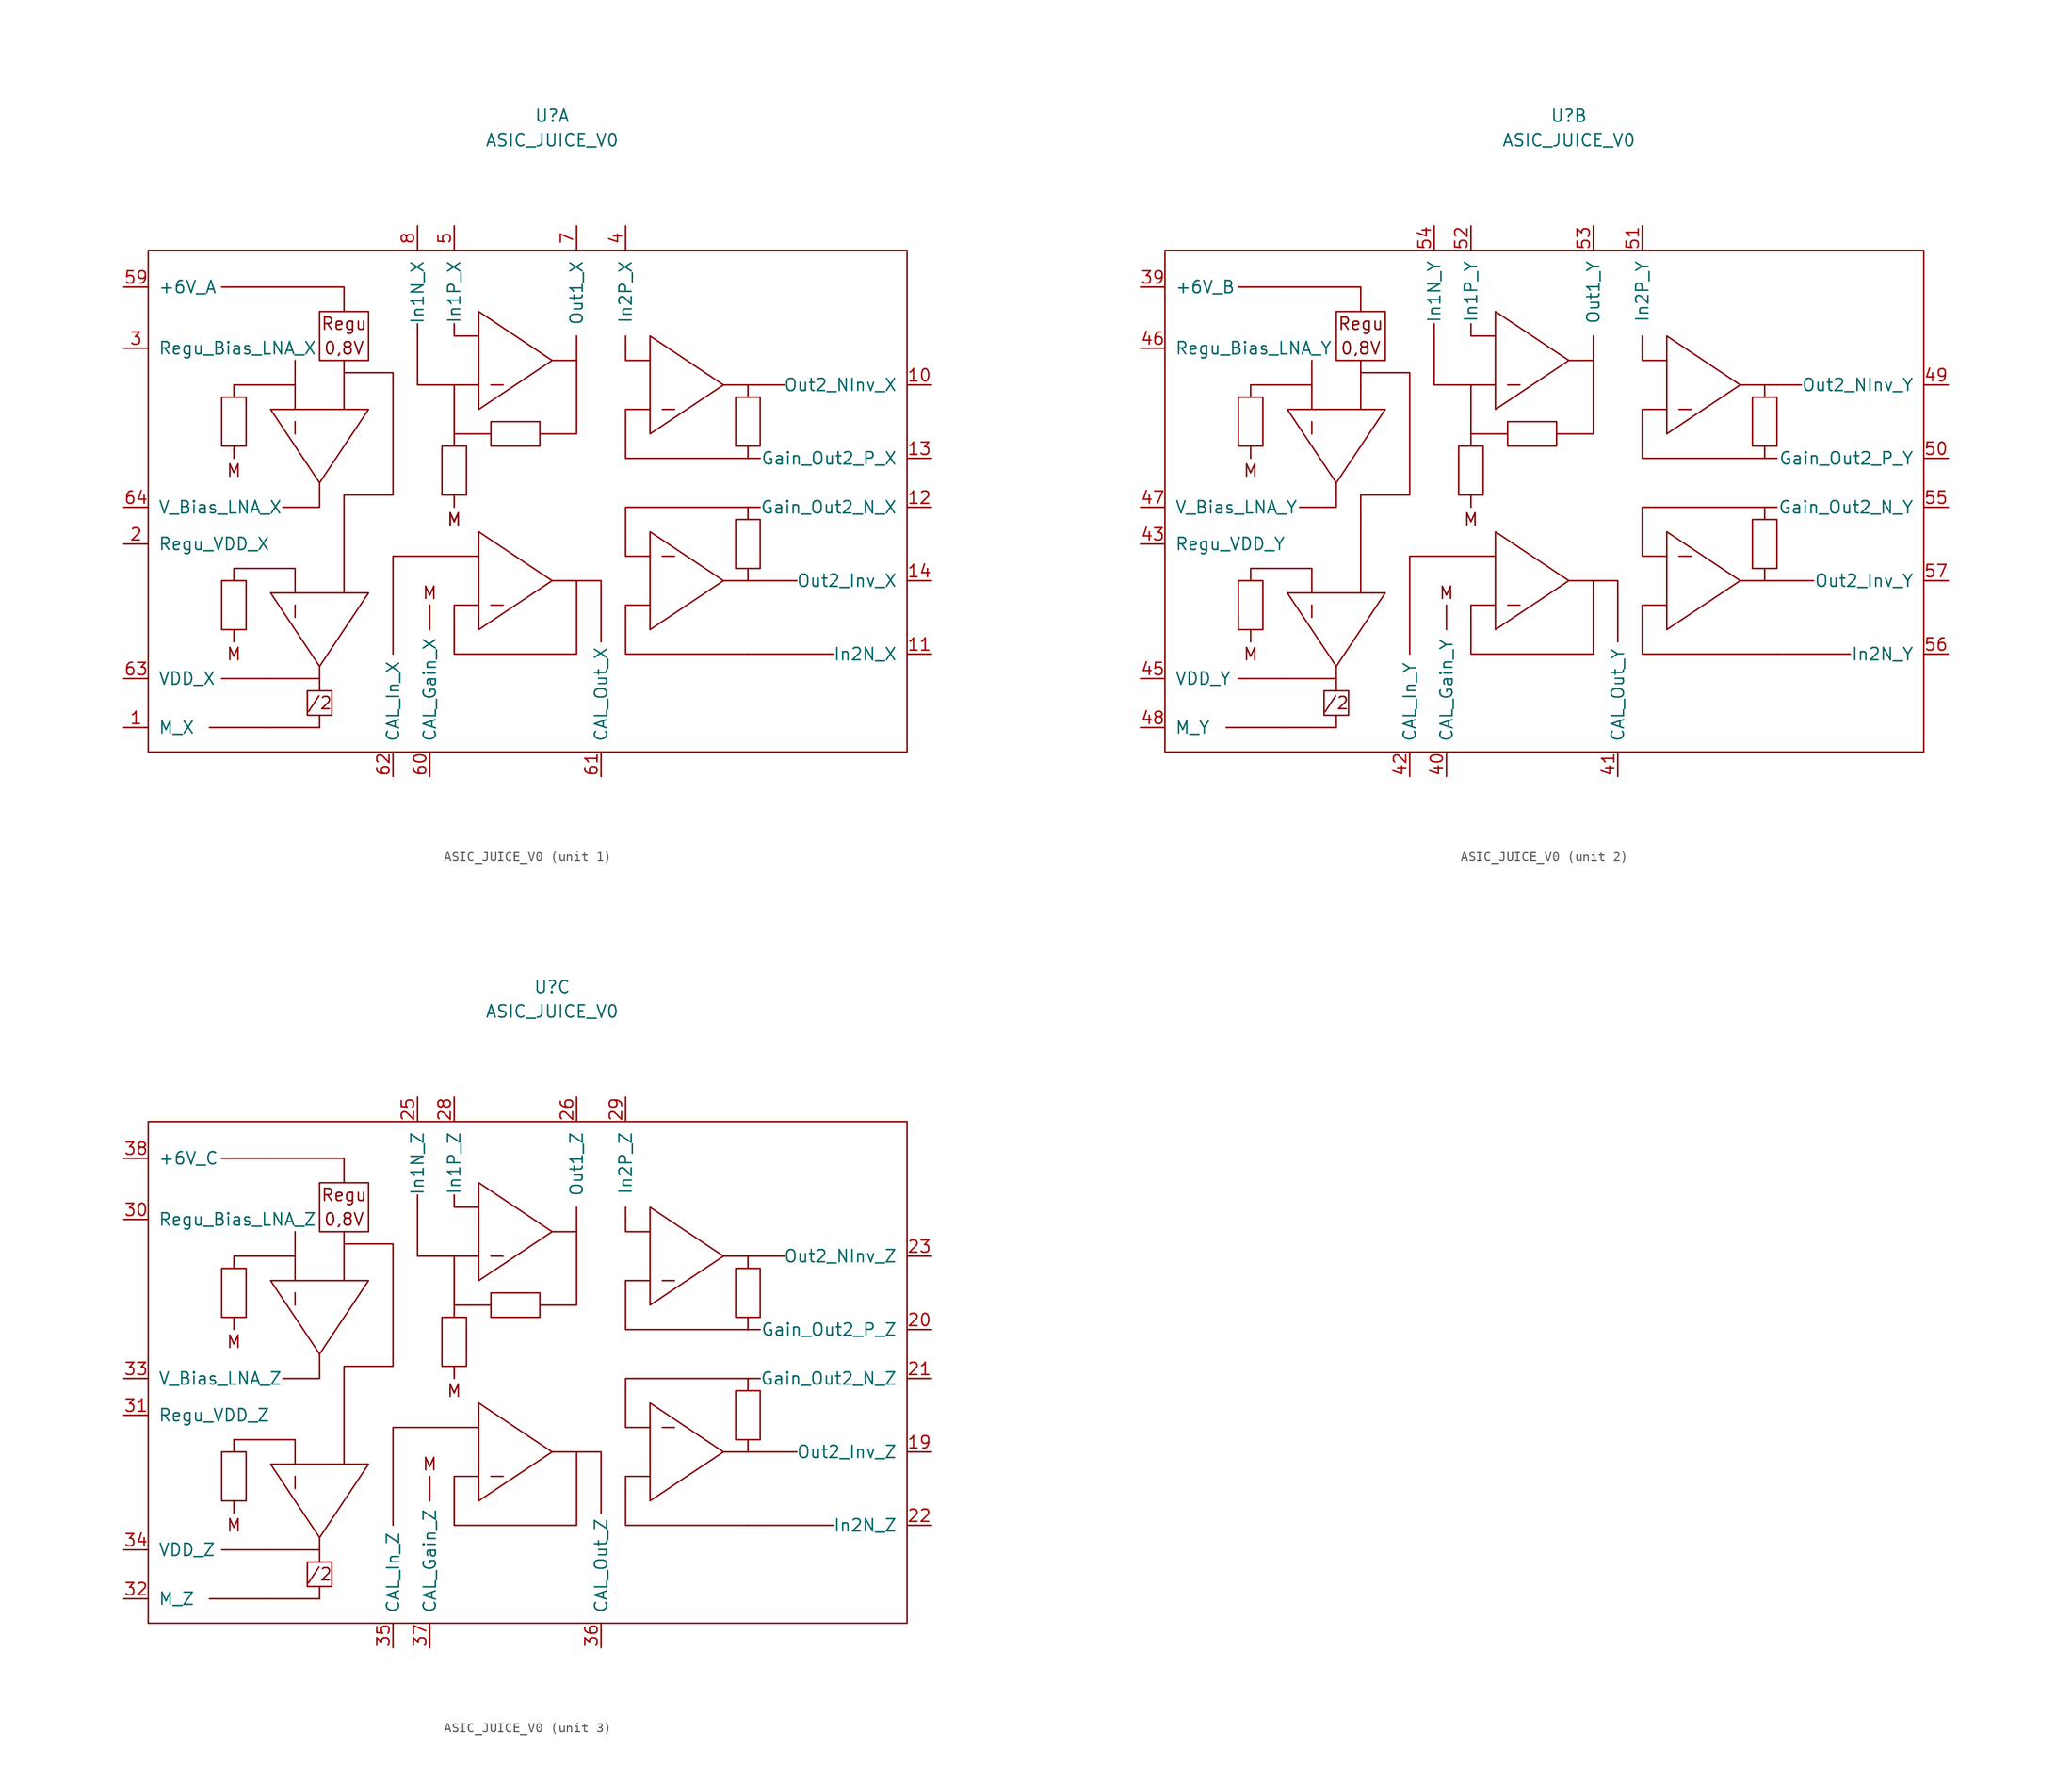
<source format=kicad_sym>
(kicad_symbol_lib
  (version 20211014)
  (generator kicad_symbol_editor)
  (symbol "ASIC_JUICE_V0"
    (pin_names
      (offset 1.016))
    (property "Reference" "U"
      (at 1.27 39.37 0)
      (effects (font (size 1.27 1.27))))
    (property "Value" "ASIC_JUICE_V0"
      (at 1.27 36.83 0)
      (effects (font (size 1.27 1.27))))
    (symbol "ASIC_JUICE_V0_0_0"
      (rectangle (start -40.64 25.4) (end 38.1 -26.67) (stroke (width 0) (type default) (color 0 0 0 0)) (fill (type none)))
      (rectangle (start -33.02 -8.89) (end -30.48 -13.97) (stroke (width 0) (type default) (color 0 0 0 0)) (fill (type none)))
      (rectangle (start -30.48 5.08) (end -33.02 10.16) (stroke (width 0) (type default) (color 0 0 0 0)) (fill (type none)))
      (rectangle (start -24.13 -20.32) (end -21.59 -22.86) (stroke (width 0) (type default) (color 0 0 0 0)) (fill (type none)))
      (rectangle (start -22.86 -22.86) (end -22.86 -24.13) (stroke (width 0) (type default) (color 0 0 0 0)) (fill (type none)))
      (rectangle (start -22.86 19.05) (end -17.78 13.97) (stroke (width 0) (type default) (color 0 0 0 0)) (fill (type none)))
      (rectangle (start -7.62 0) (end -10.16 5.08) (stroke (width 0) (type default) (color 0 0 0 0)) (fill (type none)))
      (rectangle (start -5.08 5.08) (end 0 7.62) (stroke (width 0) (type default) (color 0 0 0 0)) (fill (type none)))
      (polyline (pts (xy -31.75 -13.97) (xy -31.75 -15.24)) (stroke (width 0) (type default) (color 0 0 0 0)) (fill (type none)))
      (polyline (pts (xy -31.75 5.08) (xy -31.75 3.81)) (stroke (width 0) (type default) (color 0 0 0 0)) (fill (type none)))
      (polyline (pts (xy -27.94 -24.13) (xy -34.29 -24.13)) (stroke (width 0) (type default) (color 0 0 0 0)) (fill (type none)))
      (polyline (pts (xy -27.94 -19.05) (xy -33.02 -19.05)) (stroke (width 0) (type default) (color 0 0 0 0)) (fill (type none)))
      (polyline (pts (xy -27.94 21.59) (xy -33.02 21.59)) (stroke (width 0) (type default) (color 0 0 0 0)) (fill (type none)))
      (polyline (pts (xy -25.4 -11.43) (xy -25.4 -12.7)) (stroke (width 0) (type default) (color 0 0 0 0)) (fill (type none)))
      (polyline (pts (xy -25.4 7.62) (xy -25.4 6.35)) (stroke (width 0) (type default) (color 0 0 0 0)) (fill (type none)))
      (polyline (pts (xy -25.4 11.43) (xy -25.4 8.89)) (stroke (width 0) (type default) (color 0 0 0 0)) (fill (type none)))
      (polyline (pts (xy -25.4 11.43) (xy -25.4 13.97)) (stroke (width 0) (type default) (color 0 0 0 0)) (fill (type none)))
      (polyline (pts (xy -22.86 -24.13) (xy -27.94 -24.13)) (stroke (width 0) (type default) (color 0 0 0 0)) (fill (type none)))
      (polyline (pts (xy -22.86 -19.05) (xy -22.86 -20.32)) (stroke (width 0) (type default) (color 0 0 0 0)) (fill (type none)))
      (polyline (pts (xy -22.86 1.27) (xy -22.86 0)) (stroke (width 0) (type default) (color 0 0 0 0)) (fill (type none)))
      (polyline (pts (xy -20.32 -2.54) (xy -20.32 -10.16)) (stroke (width 0) (type default) (color 0 0 0 0)) (fill (type none)))
      (polyline (pts (xy -20.32 11.43) (xy -20.32 8.89)) (stroke (width 0) (type default) (color 0 0 0 0)) (fill (type none)))
      (polyline (pts (xy -20.32 13.97) (xy -20.32 11.43)) (stroke (width 0) (type default) (color 0 0 0 0)) (fill (type none)))
      (polyline (pts (xy -11.43 -13.97) (xy -11.43 -11.43)) (stroke (width 0) (type default) (color 0 0 0 0)) (fill (type none)))
      (polyline (pts (xy -8.89 -1.27) (xy -8.89 0)) (stroke (width 0) (type default) (color 0 0 0 0)) (fill (type none)))
      (polyline (pts (xy -8.89 5.08) (xy -8.89 6.35)) (stroke (width 0) (type default) (color 0 0 0 0)) (fill (type none)))
      (polyline (pts (xy -5.08 -11.43) (xy -3.81 -11.43)) (stroke (width 0) (type default) (color 0 0 0 0)) (fill (type none)))
      (polyline (pts (xy -5.08 11.43) (xy -3.81 11.43)) (stroke (width 0) (type default) (color 0 0 0 0)) (fill (type none)))
      (polyline (pts (xy 3.81 13.97) (xy 3.81 16.51)) (stroke (width 0) (type default) (color 0 0 0 0)) (fill (type none)))
      (polyline (pts (xy 8.89 16.51) (xy 8.89 15.24)) (stroke (width 0) (type default) (color 0 0 0 0)) (fill (type none)))
      (polyline (pts (xy 12.7 -6.35) (xy 13.97 -6.35)) (stroke (width 0) (type default) (color 0 0 0 0)) (fill (type none)))
      (polyline (pts (xy 12.7 8.89) (xy 13.97 8.89)) (stroke (width 0) (type default) (color 0 0 0 0)) (fill (type none)))
      (polyline (pts (xy 19.05 -8.89) (xy 21.59 -8.89)) (stroke (width 0) (type default) (color 0 0 0 0)) (fill (type none)))
      (polyline (pts (xy 19.05 11.43) (xy 21.59 11.43)) (stroke (width 0) (type default) (color 0 0 0 0)) (fill (type none)))
      (polyline (pts (xy 21.59 -16.51) (xy 22.86 -16.51)) (stroke (width 0) (type default) (color 0 0 0 0)) (fill (type none)))
      (polyline (pts (xy 21.59 -8.89) (xy 22.86 -8.89)) (stroke (width 0) (type default) (color 0 0 0 0)) (fill (type none)))
      (polyline (pts (xy 21.59 -7.62) (xy 21.59 -8.89)) (stroke (width 0) (type default) (color 0 0 0 0)) (fill (type none)))
      (polyline (pts (xy 21.59 -1.27) (xy 21.59 -2.54)) (stroke (width 0) (type default) (color 0 0 0 0)) (fill (type none)))
      (polyline (pts (xy 21.59 -1.27) (xy 22.86 -1.27)) (stroke (width 0) (type default) (color 0 0 0 0)) (fill (type none)))
      (polyline (pts (xy 21.59 3.81) (xy 22.86 3.81)) (stroke (width 0) (type default) (color 0 0 0 0)) (fill (type none)))
      (polyline (pts (xy 21.59 5.08) (xy 21.59 3.81)) (stroke (width 0) (type default) (color 0 0 0 0)) (fill (type none)))
      (polyline (pts (xy 21.59 11.43) (xy 21.59 10.16)) (stroke (width 0) (type default) (color 0 0 0 0)) (fill (type none)))
      (polyline (pts (xy 21.59 11.43) (xy 22.86 11.43)) (stroke (width 0) (type default) (color 0 0 0 0)) (fill (type none)))
      (polyline (pts (xy 22.86 -16.51) (xy 30.48 -16.51)) (stroke (width 0) (type default) (color 0 0 0 0)) (fill (type none)))
      (polyline (pts (xy 22.86 -8.89) (xy 26.67 -8.89)) (stroke (width 0) (type default) (color 0 0 0 0)) (fill (type none)))
      (polyline (pts (xy 22.86 11.43) (xy 25.4 11.43)) (stroke (width 0) (type default) (color 0 0 0 0)) (fill (type none)))
      (polyline (pts (xy -25.4 11.43) (xy -31.75 11.43) (xy -31.75 10.16)) (stroke (width 0) (type default) (color 0 0 0 0)) (fill (type none)))
      (polyline (pts (xy -22.86 -17.78) (xy -22.86 -19.05) (xy -27.94 -19.05)) (stroke (width 0) (type default) (color 0 0 0 0)) (fill (type none)))
      (polyline (pts (xy -22.86 0) (xy -22.86 -1.27) (xy -26.67 -1.27)) (stroke (width 0) (type default) (color 0 0 0 0)) (fill (type none)))
      (polyline (pts (xy -20.32 19.05) (xy -20.32 21.59) (xy -27.94 21.59)) (stroke (width 0) (type default) (color 0 0 0 0)) (fill (type none)))
      (polyline (pts (xy -8.89 11.43) (xy -12.7 11.43) (xy -12.7 17.78)) (stroke (width 0) (type default) (color 0 0 0 0)) (fill (type none)))
      (polyline (pts (xy -6.35 -6.35) (xy -15.24 -6.35) (xy -15.24 -16.51)) (stroke (width 0) (type default) (color 0 0 0 0)) (fill (type none)))
      (polyline (pts (xy -6.35 16.51) (xy -8.89 16.51) (xy -8.89 17.78)) (stroke (width 0) (type default) (color 0 0 0 0)) (fill (type none)))
      (polyline (pts (xy 3.81 -8.89) (xy 6.35 -8.89) (xy 6.35 -15.24)) (stroke (width 0) (type default) (color 0 0 0 0)) (fill (type none)))
      (polyline (pts (xy 11.43 13.97) (xy 8.89 13.97) (xy 8.89 15.24)) (stroke (width 0) (type default) (color 0 0 0 0)) (fill (type none)))
      (polyline (pts (xy -31.75 -8.89) (xy -31.75 -7.62) (xy -25.4 -7.62) (xy -25.4 -10.16)) (stroke (width 0) (type default) (color 0 0 0 0)) (fill (type none)))
      (polyline (pts (xy -27.94 -10.16) (xy -17.78 -10.16) (xy -22.86 -17.78) (xy -27.94 -10.16)) (stroke (width 0) (type default) (color 0 0 0 0)) (fill (type none)))
      (polyline (pts (xy -27.94 8.89) (xy -17.78 8.89) (xy -22.86 1.27) (xy -27.94 8.89)) (stroke (width 0) (type default) (color 0 0 0 0)) (fill (type none)))
      (polyline (pts (xy -6.35 -3.81) (xy 1.27 -8.89) (xy -6.35 -13.97) (xy -6.35 -3.81)) (stroke (width 0) (type default) (color 0 0 0 0)) (fill (type none)))
      (polyline (pts (xy -6.35 11.43) (xy -8.89 11.43) (xy -8.89 6.35) (xy -5.08 6.35)) (stroke (width 0) (type default) (color 0 0 0 0)) (fill (type none)))
      (polyline (pts (xy 0 6.35) (xy 3.81 6.35) (xy 3.81 13.97) (xy 1.27 13.97)) (stroke (width 0) (type default) (color 0 0 0 0)) (fill (type none)))
      (polyline (pts (xy 1.27 13.97) (xy -6.35 19.05) (xy -6.35 8.89) (xy 1.27 13.97)) (stroke (width 0) (type default) (color 0 0 0 0)) (fill (type none)))
      (polyline (pts (xy 11.43 -11.43) (xy 8.89 -11.43) (xy 8.89 -16.51) (xy 21.59 -16.51)) (stroke (width 0) (type default) (color 0 0 0 0)) (fill (type none)))
      (polyline (pts (xy 11.43 -6.35) (xy 8.89 -6.35) (xy 8.89 -1.27) (xy 21.59 -1.27)) (stroke (width 0) (type default) (color 0 0 0 0)) (fill (type none)))
      (polyline (pts (xy 11.43 8.89) (xy 8.89 8.89) (xy 8.89 3.81) (xy 21.59 3.81)) (stroke (width 0) (type default) (color 0 0 0 0)) (fill (type none)))
      (polyline (pts (xy 11.43 16.51) (xy 11.43 6.35) (xy 19.05 11.43) (xy 11.43 16.51)) (stroke (width 0) (type default) (color 0 0 0 0)) (fill (type none)))
      (polyline (pts (xy -20.32 12.7) (xy -15.24 12.7) (xy -15.24 0) (xy -20.32 0) (xy -20.32 -2.54)) (stroke (width 0) (type default) (color 0 0 0 0)) (fill (type none)))
      (polyline (pts (xy 11.43 -3.81) (xy 11.43 -11.43) (xy 11.43 -13.97) (xy 19.05 -8.89) (xy 11.43 -3.81)) (stroke (width 0) (type default) (color 0 0 0 0)) (fill (type none)))
      (polyline (pts (xy -6.35 -11.43) (xy -8.89 -11.43) (xy -8.89 -16.51) (xy 3.81 -16.51) (xy 3.81 -8.89) (xy 1.27 -8.89)) (stroke (width 0) (type default) (color 0 0 0 0)) (fill (type none)))
      (rectangle (start 20.32 -2.54) (end 22.86 -7.62) (stroke (width 0) (type default) (color 0 0 0 0)) (fill (type none)))
      (rectangle (start 20.32 10.16) (end 22.86 5.08) (stroke (width 0) (type default) (color 0 0 0 0)) (fill (type none)))
      (text "/2" (at -22.86 -21.59 0) (effects (font (size 1.27 1.27))))
      (text "0,8V" (at -20.32 15.24 0) (effects (font (size 1.27 1.27))))
      (text "M" (at -31.75 -16.51 0) (effects (font (size 1.27 1.27))))
      (text "M" (at -31.75 2.54 0) (effects (font (size 1.27 1.27))))
      (text "M" (at -11.43 -10.16 0) (effects (font (size 1.27 1.27))))
      (text "M" (at -8.89 -2.54 0) (effects (font (size 1.27 1.27))))
      (text "Regu" (at -20.32 17.78 0) (effects (font (size 1.27 1.27)))))
    (symbol "ASIC_JUICE_V0_1_1"
      (text "M" (at -8.89 -2.54 0) (effects (font (size 1.27 1.27))))
      (pin output line (at -43.18 -24.13 0) (length 2.54) (name "M_X" (effects (font (size 1.27 1.27)))) (number "1" (effects (font (size 1.27 1.27)))))
      (pin output line (at 40.64 11.43 180) (length 2.54) (name "Out2_NInv_X" (effects (font (size 1.27 1.27)))) (number "10" (effects (font (size 1.27 1.27)))))
      (pin input line (at 40.64 -16.51 180) (length 2.54) (name "In2N_X" (effects (font (size 1.27 1.27)))) (number "11" (effects (font (size 1.27 1.27)))))
      (pin passive line (at 40.64 -1.27 180) (length 2.54) (name "Gain_Out2_N_X" (effects (font (size 1.27 1.27)))) (number "12" (effects (font (size 1.27 1.27)))))
      (pin passive line (at 40.64 3.81 180) (length 2.54) (name "Gain_Out2_P_X" (effects (font (size 1.27 1.27)))) (number "13" (effects (font (size 1.27 1.27)))))
      (pin output line (at 40.64 -8.89 180) (length 2.54) (name "Out2_Inv_X" (effects (font (size 1.27 1.27)))) (number "14" (effects (font (size 1.27 1.27)))))
      (pin passive line (at -43.18 -5.08 0) (length 2.54) (name "Regu_VDD_X" (effects (font (size 1.27 1.27)))) (number "2" (effects (font (size 1.27 1.27)))))
      (pin passive line (at -43.18 15.24 0) (length 2.54) (name "Regu_Bias_LNA_X" (effects (font (size 1.27 1.27)))) (number "3" (effects (font (size 1.27 1.27)))))
      (pin input line (at 8.89 27.94 270) (length 2.54) (name "In2P_X" (effects (font (size 1.27 1.27)))) (number "4" (effects (font (size 1.27 1.27)))))
      (pin input line (at -8.89 27.94 270) (length 2.54) (name "In1P_X" (effects (font (size 1.27 1.27)))) (number "5" (effects (font (size 1.27 1.27)))))
      (pin power_in line (at -43.18 21.59 0) (length 2.54) (name "+6V_A" (effects (font (size 1.27 1.27)))) (number "59" (effects (font (size 1.27 1.27)))))
      (pin passive line (at -11.43 -29.21 90) (length 2.54) (name "CAL_Gain_X" (effects (font (size 1.27 1.27)))) (number "60" (effects (font (size 1.27 1.27)))))
      (pin output line (at 6.35 -29.21 90) (length 2.54) (name "CAL_Out_X" (effects (font (size 1.27 1.27)))) (number "61" (effects (font (size 1.27 1.27)))))
      (pin input line (at -15.24 -29.21 90) (length 2.54) (name "CAL_In_X" (effects (font (size 1.27 1.27)))) (number "62" (effects (font (size 1.27 1.27)))))
      (pin output line (at -43.18 -19.05 0) (length 2.54) (name "VDD_X" (effects (font (size 1.27 1.27)))) (number "63" (effects (font (size 1.27 1.27)))))
      (pin output line (at -43.18 -1.27 0) (length 2.54) (name "V_Bias_LNA_X" (effects (font (size 1.27 1.27)))) (number "64" (effects (font (size 1.27 1.27)))))
      (pin output line (at 3.81 27.94 270) (length 2.54) (name "Out1_X" (effects (font (size 1.27 1.27)))) (number "7" (effects (font (size 1.27 1.27)))))
      (pin input line (at -12.7 27.94 270) (length 2.54) (name "In1N_X" (effects (font (size 1.27 1.27)))) (number "8" (effects (font (size 1.27 1.27))))))
    (symbol "ASIC_JUICE_V0_2_1"
      (pin power_in line (at -43.18 21.59 0) (length 2.54) (name "+6V_B" (effects (font (size 1.27 1.27)))) (number "39" (effects (font (size 1.27 1.27)))))
      (pin passive line (at -11.43 -29.21 90) (length 2.54) (name "CAL_Gain_Y" (effects (font (size 1.27 1.27)))) (number "40" (effects (font (size 1.27 1.27)))))
      (pin output line (at 6.35 -29.21 90) (length 2.54) (name "CAL_Out_Y" (effects (font (size 1.27 1.27)))) (number "41" (effects (font (size 1.27 1.27)))))
      (pin input line (at -15.24 -29.21 90) (length 2.54) (name "CAL_In_Y" (effects (font (size 1.27 1.27)))) (number "42" (effects (font (size 1.27 1.27)))))
      (pin passive line (at -43.18 -5.08 0) (length 2.54) (name "Regu_VDD_Y" (effects (font (size 1.27 1.27)))) (number "43" (effects (font (size 1.27 1.27)))))
      (pin output line (at -43.18 -19.05 0) (length 2.54) (name "VDD_Y" (effects (font (size 1.27 1.27)))) (number "45" (effects (font (size 1.27 1.27)))))
      (pin passive line (at -43.18 15.24 0) (length 2.54) (name "Regu_Bias_LNA_Y" (effects (font (size 1.27 1.27)))) (number "46" (effects (font (size 1.27 1.27)))))
      (pin output line (at -43.18 -1.27 0) (length 2.54) (name "V_Bias_LNA_Y" (effects (font (size 1.27 1.27)))) (number "47" (effects (font (size 1.27 1.27)))))
      (pin output line (at -43.18 -24.13 0) (length 2.54) (name "M_Y" (effects (font (size 1.27 1.27)))) (number "48" (effects (font (size 1.27 1.27)))))
      (pin output line (at 40.64 11.43 180) (length 2.54) (name "Out2_NInv_Y" (effects (font (size 1.27 1.27)))) (number "49" (effects (font (size 1.27 1.27)))))
      (pin passive line (at 40.64 3.81 180) (length 2.54) (name "Gain_Out2_P_Y" (effects (font (size 1.27 1.27)))) (number "50" (effects (font (size 1.27 1.27)))))
      (pin input line (at 8.89 27.94 270) (length 2.54) (name "In2P_Y" (effects (font (size 1.27 1.27)))) (number "51" (effects (font (size 1.27 1.27)))))
      (pin input line (at -8.89 27.94 270) (length 2.54) (name "In1P_Y" (effects (font (size 1.27 1.27)))) (number "52" (effects (font (size 1.27 1.27)))))
      (pin output line (at 3.81 27.94 270) (length 2.54) (name "Out1_Y" (effects (font (size 1.27 1.27)))) (number "53" (effects (font (size 1.27 1.27)))))
      (pin input line (at -12.7 27.94 270) (length 2.54) (name "In1N_Y" (effects (font (size 1.27 1.27)))) (number "54" (effects (font (size 1.27 1.27)))))
      (pin passive line (at 40.64 -1.27 180) (length 2.54) (name "Gain_Out2_N_Y" (effects (font (size 1.27 1.27)))) (number "55" (effects (font (size 1.27 1.27)))))
      (pin input line (at 40.64 -16.51 180) (length 2.54) (name "In2N_Y" (effects (font (size 1.27 1.27)))) (number "56" (effects (font (size 1.27 1.27)))))
      (pin output line (at 40.64 -8.89 180) (length 2.54) (name "Out2_Inv_Y" (effects (font (size 1.27 1.27)))) (number "57" (effects (font (size 1.27 1.27))))))
    (symbol "ASIC_JUICE_V0_3_1"
      (pin output line (at 40.64 -8.89 180) (length 2.54) (name "Out2_Inv_Z" (effects (font (size 1.27 1.27)))) (number "19" (effects (font (size 1.27 1.27)))))
      (pin passive line (at 40.64 3.81 180) (length 2.54) (name "Gain_Out2_P_Z" (effects (font (size 1.27 1.27)))) (number "20" (effects (font (size 1.27 1.27)))))
      (pin passive line (at 40.64 -1.27 180) (length 2.54) (name "Gain_Out2_N_Z" (effects (font (size 1.27 1.27)))) (number "21" (effects (font (size 1.27 1.27)))))
      (pin input line (at 40.64 -16.51 180) (length 2.54) (name "In2N_Z" (effects (font (size 1.27 1.27)))) (number "22" (effects (font (size 1.27 1.27)))))
      (pin output line (at 40.64 11.43 180) (length 2.54) (name "Out2_NInv_Z" (effects (font (size 1.27 1.27)))) (number "23" (effects (font (size 1.27 1.27)))))
      (pin input line (at -12.7 27.94 270) (length 2.54) (name "In1N_Z" (effects (font (size 1.27 1.27)))) (number "25" (effects (font (size 1.27 1.27)))))
      (pin output line (at 3.81 27.94 270) (length 2.54) (name "Out1_Z" (effects (font (size 1.27 1.27)))) (number "26" (effects (font (size 1.27 1.27)))))
      (pin input line (at -8.89 27.94 270) (length 2.54) (name "In1P_Z" (effects (font (size 1.27 1.27)))) (number "28" (effects (font (size 1.27 1.27)))))
      (pin input line (at 8.89 27.94 270) (length 2.54) (name "In2P_Z" (effects (font (size 1.27 1.27)))) (number "29" (effects (font (size 1.27 1.27)))))
      (pin passive line (at -43.18 15.24 0) (length 2.54) (name "Regu_Bias_LNA_Z" (effects (font (size 1.27 1.27)))) (number "30" (effects (font (size 1.27 1.27)))))
      (pin passive line (at -43.18 -5.08 0) (length 2.54) (name "Regu_VDD_Z" (effects (font (size 1.27 1.27)))) (number "31" (effects (font (size 1.27 1.27)))))
      (pin output line (at -43.18 -24.13 0) (length 2.54) (name "M_Z" (effects (font (size 1.27 1.27)))) (number "32" (effects (font (size 1.27 1.27)))))
      (pin output line (at -43.18 -1.27 0) (length 2.54) (name "V_Bias_LNA_Z" (effects (font (size 1.27 1.27)))) (number "33" (effects (font (size 1.27 1.27)))))
      (pin output line (at -43.18 -19.05 0) (length 2.54) (name "VDD_Z" (effects (font (size 1.27 1.27)))) (number "34" (effects (font (size 1.27 1.27)))))
      (pin input line (at -15.24 -29.21 90) (length 2.54) (name "CAL_In_Z" (effects (font (size 1.27 1.27)))) (number "35" (effects (font (size 1.27 1.27)))))
      (pin output line (at 6.35 -29.21 90) (length 2.54) (name "CAL_Out_Z" (effects (font (size 1.27 1.27)))) (number "36" (effects (font (size 1.27 1.27)))))
      (pin passive line (at -11.43 -29.21 90) (length 2.54) (name "CAL_Gain_Z" (effects (font (size 1.27 1.27)))) (number "37" (effects (font (size 1.27 1.27)))))
      (pin power_in line (at -43.18 21.59 0) (length 2.54) (name "+6V_C" (effects (font (size 1.27 1.27)))) (number "38" (effects (font (size 1.27 1.27))))))))
</source>
